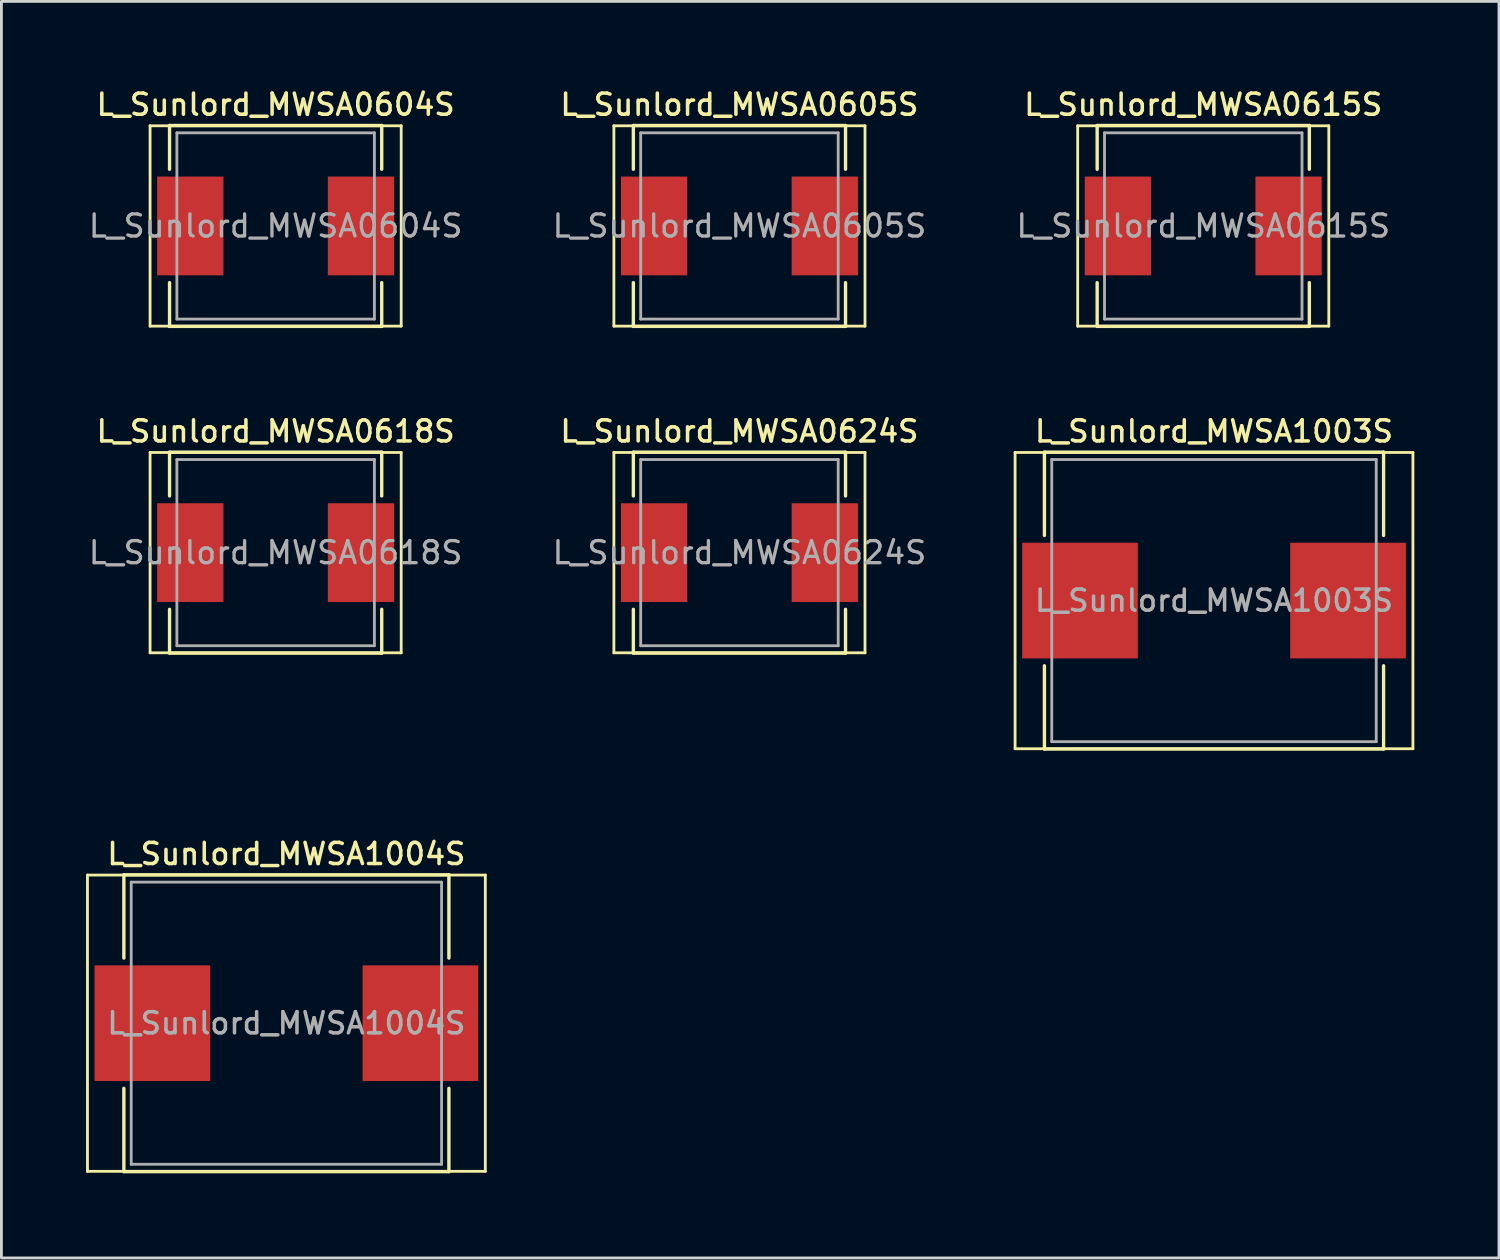
<source format=kicad_pcb>
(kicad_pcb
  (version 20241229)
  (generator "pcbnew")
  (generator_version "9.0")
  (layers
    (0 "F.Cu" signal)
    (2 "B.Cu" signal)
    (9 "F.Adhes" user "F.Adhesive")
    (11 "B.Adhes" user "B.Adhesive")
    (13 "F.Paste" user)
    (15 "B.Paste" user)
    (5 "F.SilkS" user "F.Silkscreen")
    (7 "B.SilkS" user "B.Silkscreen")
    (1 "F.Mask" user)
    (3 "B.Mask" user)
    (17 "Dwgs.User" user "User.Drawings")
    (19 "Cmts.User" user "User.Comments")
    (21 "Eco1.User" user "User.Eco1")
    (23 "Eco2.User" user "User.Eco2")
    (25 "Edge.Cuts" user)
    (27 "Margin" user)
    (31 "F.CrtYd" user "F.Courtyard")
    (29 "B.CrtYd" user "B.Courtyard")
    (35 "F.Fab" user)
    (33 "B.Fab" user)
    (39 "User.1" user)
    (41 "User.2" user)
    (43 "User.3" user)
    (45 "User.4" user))
  (footprint "L_Sunlord_MWSA1004S"
    (layer "F.Cu")
    (at 7.1 33.214)
    (property "Reference" "L_Sunlord_MWSA1004S" (at 0 -6 0) (layer "F.SilkS") (effects (font (size 0.75 0.75) (thickness 0.125))))
    (attr smd)
    (fp_line (start -7.05 -5.25) (end -7.05 5.25) (stroke (width 0.1) (type solid)) (layer "F.SilkS"))
    (fp_line (start -7.05 5.25) (end 7.05 5.25) (stroke (width 0.1) (type solid)) (layer "F.SilkS"))
    (fp_line (start -5.76 -5.26) (end -5.76 -2.31) (stroke (width 0.12) (type solid)) (layer "F.SilkS"))
    (fp_line (start -5.76 -5.26) (end 5.76 -5.26) (stroke (width 0.12) (type solid)) (layer "F.SilkS"))
    (fp_line (start -5.76 5.26) (end -5.76 2.31) (stroke (width 0.12) (type solid)) (layer "F.SilkS"))
    (fp_line (start -5.76 5.26) (end 5.76 5.26) (stroke (width 0.12) (type solid)) (layer "F.SilkS"))
    (fp_line (start 5.76 -5.26) (end 5.76 -2.31) (stroke (width 0.12) (type solid)) (layer "F.SilkS"))
    (fp_line (start 5.76 5.26) (end 5.76 2.31) (stroke (width 0.12) (type solid)) (layer "F.SilkS"))
    (fp_line (start 7.05 -5.25) (end -7.05 -5.25) (stroke (width 0.1) (type solid)) (layer "F.SilkS"))
    (fp_line (start 7.05 5.25) (end 7.05 -5.25) (stroke (width 0.1) (type solid)) (layer "F.SilkS"))
    (fp_line (start -5.5 -5) (end -5.5 5) (stroke (width 0.1) (type solid)) (layer "F.Fab"))
    (fp_line (start -5.5 5) (end 5.5 5) (stroke (width 0.1) (type solid)) (layer "F.Fab"))
    (fp_line (start 5.5 -5) (end -5.5 -5) (stroke (width 0.1) (type solid)) (layer "F.Fab"))
    (fp_line (start 5.5 5) (end 5.5 -5) (stroke (width 0.1) (type solid)) (layer "F.Fab"))
    (fp_text user "${REFERENCE}" (at 0 0 0) (layer "F.Fab") (effects (font (size 0.75 0.75) (thickness 0.125))))
    (pad "1" smd rect (at -4.75 0) (size 4.1 4.1) (layers "F.Cu" "F.Mask" "F.Paste"))
    (pad "2" smd rect (at 4.75 0) (size 4.1 4.1) (layers "F.Cu" "F.Mask" "F.Paste")))
  (footprint "L_Sunlord_MWSA1003S"
    (layer "F.Cu")
    (at 39.976 18.236)
    (property "Reference" "L_Sunlord_MWSA1003S" (at 0 -6 0) (layer "F.SilkS") (effects (font (size 0.75 0.75) (thickness 0.125))))
    (attr smd)
    (fp_line (start -7.05 -5.25) (end -7.05 5.25) (stroke (width 0.1) (type solid)) (layer "F.SilkS"))
    (fp_line (start -7.05 5.25) (end 7.05 5.25) (stroke (width 0.1) (type solid)) (layer "F.SilkS"))
    (fp_line (start -6.01 -5.26) (end -6.01 -2.31) (stroke (width 0.12) (type solid)) (layer "F.SilkS"))
    (fp_line (start -6.01 -5.26) (end 6.01 -5.26) (stroke (width 0.12) (type solid)) (layer "F.SilkS"))
    (fp_line (start -6.01 5.26) (end -6.01 2.31) (stroke (width 0.12) (type solid)) (layer "F.SilkS"))
    (fp_line (start -6.01 5.26) (end 6.01 5.26) (stroke (width 0.12) (type solid)) (layer "F.SilkS"))
    (fp_line (start 6.01 -5.26) (end 6.01 -2.31) (stroke (width 0.12) (type solid)) (layer "F.SilkS"))
    (fp_line (start 6.01 5.26) (end 6.01 2.31) (stroke (width 0.12) (type solid)) (layer "F.SilkS"))
    (fp_line (start 7.05 -5.25) (end -7.05 -5.25) (stroke (width 0.1) (type solid)) (layer "F.SilkS"))
    (fp_line (start 7.05 5.25) (end 7.05 -5.25) (stroke (width 0.1) (type solid)) (layer "F.SilkS"))
    (fp_line (start -5.75 -5) (end -5.75 5) (stroke (width 0.1) (type solid)) (layer "F.Fab"))
    (fp_line (start -5.75 5) (end 5.75 5) (stroke (width 0.1) (type solid)) (layer "F.Fab"))
    (fp_line (start 5.75 -5) (end -5.75 -5) (stroke (width 0.1) (type solid)) (layer "F.Fab"))
    (fp_line (start 5.75 5) (end 5.75 -5) (stroke (width 0.1) (type solid)) (layer "F.Fab"))
    (fp_text user "${REFERENCE}" (at 0 0 0) (layer "F.Fab") (effects (font (size 0.75 0.75) (thickness 0.125))))
    (pad "1" smd rect (at -4.75 0) (size 4.1 4.1) (layers "F.Cu" "F.Mask" "F.Paste"))
    (pad "2" smd rect (at 4.75 0) (size 4.1 4.1) (layers "F.Cu" "F.Mask" "F.Paste")))
  (footprint "L_Sunlord_MWSA0615S"
    (layer "F.Cu")
    (at 39.595 4.958)
    (property "Reference" "L_Sunlord_MWSA0615S" (at 0 -4.3 0) (layer "F.SilkS") (effects (font (size 0.75 0.75) (thickness 0.125))))
    (attr smd)
    (fp_line (start -4.45 -3.55) (end -4.45 3.55) (stroke (width 0.1) (type solid)) (layer "F.SilkS"))
    (fp_line (start -4.45 3.55) (end 4.45 3.55) (stroke (width 0.1) (type solid)) (layer "F.SilkS"))
    (fp_line (start -3.76 -3.56) (end -3.76 -2.01) (stroke (width 0.12) (type solid)) (layer "F.SilkS"))
    (fp_line (start -3.76 -3.56) (end 3.76 -3.56) (stroke (width 0.12) (type solid)) (layer "F.SilkS"))
    (fp_line (start -3.76 3.56) (end -3.76 2.01) (stroke (width 0.12) (type solid)) (layer "F.SilkS"))
    (fp_line (start -3.76 3.56) (end 3.76 3.56) (stroke (width 0.12) (type solid)) (layer "F.SilkS"))
    (fp_line (start 3.76 -3.56) (end 3.76 -2.01) (stroke (width 0.12) (type solid)) (layer "F.SilkS"))
    (fp_line (start 3.76 3.56) (end 3.76 2.01) (stroke (width 0.12) (type solid)) (layer "F.SilkS"))
    (fp_line (start 4.45 -3.55) (end -4.45 -3.55) (stroke (width 0.1) (type solid)) (layer "F.SilkS"))
    (fp_line (start 4.45 3.55) (end 4.45 -3.55) (stroke (width 0.1) (type solid)) (layer "F.SilkS"))
    (fp_line (start -3.5 -3.3) (end -3.5 3.3) (stroke (width 0.1) (type solid)) (layer "F.Fab"))
    (fp_line (start -3.5 3.3) (end 3.5 3.3) (stroke (width 0.1) (type solid)) (layer "F.Fab"))
    (fp_line (start 3.5 -3.3) (end -3.5 -3.3) (stroke (width 0.1) (type solid)) (layer "F.Fab"))
    (fp_line (start 3.5 3.3) (end 3.5 -3.3) (stroke (width 0.1) (type solid)) (layer "F.Fab"))
    (fp_text user "${REFERENCE}" (at 0 0 0) (layer "F.Fab") (effects (font (size 0.783 0.783) (thickness 0.117))))
    (pad "1" smd rect (at -3.025 0) (size 2.35 3.5) (layers "F.Cu" "F.Mask" "F.Paste"))
    (pad "2" smd rect (at 3.025 0) (size 2.35 3.5) (layers "F.Cu" "F.Mask" "F.Paste")))
  (footprint "L_Sunlord_MWSA0605S"
    (layer "F.Cu")
    (at 23.157 4.958)
    (property "Reference" "L_Sunlord_MWSA0605S" (at 0 -4.3 0) (layer "F.SilkS") (effects (font (size 0.75 0.75) (thickness 0.125))))
    (attr smd)
    (fp_line (start -4.45 -3.55) (end -4.45 3.55) (stroke (width 0.1) (type solid)) (layer "F.SilkS"))
    (fp_line (start -4.45 3.55) (end 4.45 3.55) (stroke (width 0.1) (type solid)) (layer "F.SilkS"))
    (fp_line (start -3.76 -3.56) (end -3.76 -2.01) (stroke (width 0.12) (type solid)) (layer "F.SilkS"))
    (fp_line (start -3.76 -3.56) (end 3.76 -3.56) (stroke (width 0.12) (type solid)) (layer "F.SilkS"))
    (fp_line (start -3.76 3.56) (end -3.76 2.01) (stroke (width 0.12) (type solid)) (layer "F.SilkS"))
    (fp_line (start -3.76 3.56) (end 3.76 3.56) (stroke (width 0.12) (type solid)) (layer "F.SilkS"))
    (fp_line (start 3.76 -3.56) (end 3.76 -2.01) (stroke (width 0.12) (type solid)) (layer "F.SilkS"))
    (fp_line (start 3.76 3.56) (end 3.76 2.01) (stroke (width 0.12) (type solid)) (layer "F.SilkS"))
    (fp_line (start 4.45 -3.55) (end -4.45 -3.55) (stroke (width 0.1) (type solid)) (layer "F.SilkS"))
    (fp_line (start 4.45 3.55) (end 4.45 -3.55) (stroke (width 0.1) (type solid)) (layer "F.SilkS"))
    (fp_line (start -3.5 -3.3) (end -3.5 3.3) (stroke (width 0.1) (type solid)) (layer "F.Fab"))
    (fp_line (start -3.5 3.3) (end 3.5 3.3) (stroke (width 0.1) (type solid)) (layer "F.Fab"))
    (fp_line (start 3.5 -3.3) (end -3.5 -3.3) (stroke (width 0.1) (type solid)) (layer "F.Fab"))
    (fp_line (start 3.5 3.3) (end 3.5 -3.3) (stroke (width 0.1) (type solid)) (layer "F.Fab"))
    (fp_text user "${REFERENCE}" (at 0 0 0) (layer "F.Fab") (effects (font (size 0.783 0.783) (thickness 0.117))))
    (pad "1" smd rect (at -3.025 0) (size 2.35 3.5) (layers "F.Cu" "F.Mask" "F.Paste"))
    (pad "2" smd rect (at 3.025 0) (size 2.35 3.5) (layers "F.Cu" "F.Mask" "F.Paste")))
  (footprint "L_Sunlord_MWSA0604S"
    (layer "F.Cu")
    (at 6.719 4.958)
    (property "Reference" "L_Sunlord_MWSA0604S" (at 0 -4.3 0) (layer "F.SilkS") (effects (font (size 0.75 0.75) (thickness 0.125))))
    (attr smd)
    (fp_line (start -4.45 -3.55) (end -4.45 3.55) (stroke (width 0.1) (type solid)) (layer "F.SilkS"))
    (fp_line (start -4.45 3.55) (end 4.45 3.55) (stroke (width 0.1) (type solid)) (layer "F.SilkS"))
    (fp_line (start -3.76 -3.56) (end -3.76 -2.01) (stroke (width 0.12) (type solid)) (layer "F.SilkS"))
    (fp_line (start -3.76 -3.56) (end 3.76 -3.56) (stroke (width 0.12) (type solid)) (layer "F.SilkS"))
    (fp_line (start -3.76 3.56) (end -3.76 2.01) (stroke (width 0.12) (type solid)) (layer "F.SilkS"))
    (fp_line (start -3.76 3.56) (end 3.76 3.56) (stroke (width 0.12) (type solid)) (layer "F.SilkS"))
    (fp_line (start 3.76 -3.56) (end 3.76 -2.01) (stroke (width 0.12) (type solid)) (layer "F.SilkS"))
    (fp_line (start 3.76 3.56) (end 3.76 2.01) (stroke (width 0.12) (type solid)) (layer "F.SilkS"))
    (fp_line (start 4.45 -3.55) (end -4.45 -3.55) (stroke (width 0.1) (type solid)) (layer "F.SilkS"))
    (fp_line (start 4.45 3.55) (end 4.45 -3.55) (stroke (width 0.1) (type solid)) (layer "F.SilkS"))
    (fp_line (start -3.5 -3.3) (end -3.5 3.3) (stroke (width 0.1) (type solid)) (layer "F.Fab"))
    (fp_line (start -3.5 3.3) (end 3.5 3.3) (stroke (width 0.1) (type solid)) (layer "F.Fab"))
    (fp_line (start 3.5 -3.3) (end -3.5 -3.3) (stroke (width 0.1) (type solid)) (layer "F.Fab"))
    (fp_line (start 3.5 3.3) (end 3.5 -3.3) (stroke (width 0.1) (type solid)) (layer "F.Fab"))
    (fp_text user "${REFERENCE}" (at 0 0 0) (layer "F.Fab") (effects (font (size 0.783 0.783) (thickness 0.117))))
    (pad "1" smd rect (at -3.025 0) (size 2.35 3.5) (layers "F.Cu" "F.Mask" "F.Paste"))
    (pad "2" smd rect (at 3.025 0) (size 2.35 3.5) (layers "F.Cu" "F.Mask" "F.Paste")))
  (footprint "L_Sunlord_MWSA0618S"
    (layer "F.Cu")
    (at 6.719 16.536)
    (property "Reference" "L_Sunlord_MWSA0618S" (at 0 -4.3 0) (layer "F.SilkS") (effects (font (size 0.75 0.75) (thickness 0.125))))
    (attr smd)
    (fp_line (start -4.45 -3.55) (end -4.45 3.55) (stroke (width 0.1) (type solid)) (layer "F.SilkS"))
    (fp_line (start -4.45 3.55) (end 4.45 3.55) (stroke (width 0.1) (type solid)) (layer "F.SilkS"))
    (fp_line (start -3.76 -3.56) (end -3.76 -2.01) (stroke (width 0.12) (type solid)) (layer "F.SilkS"))
    (fp_line (start -3.76 -3.56) (end 3.76 -3.56) (stroke (width 0.12) (type solid)) (layer "F.SilkS"))
    (fp_line (start -3.76 3.56) (end -3.76 2.01) (stroke (width 0.12) (type solid)) (layer "F.SilkS"))
    (fp_line (start -3.76 3.56) (end 3.76 3.56) (stroke (width 0.12) (type solid)) (layer "F.SilkS"))
    (fp_line (start 3.76 -3.56) (end 3.76 -2.01) (stroke (width 0.12) (type solid)) (layer "F.SilkS"))
    (fp_line (start 3.76 3.56) (end 3.76 2.01) (stroke (width 0.12) (type solid)) (layer "F.SilkS"))
    (fp_line (start 4.45 -3.55) (end -4.45 -3.55) (stroke (width 0.1) (type solid)) (layer "F.SilkS"))
    (fp_line (start 4.45 3.55) (end 4.45 -3.55) (stroke (width 0.1) (type solid)) (layer "F.SilkS"))
    (fp_line (start -3.5 -3.3) (end -3.5 3.3) (stroke (width 0.1) (type solid)) (layer "F.Fab"))
    (fp_line (start -3.5 3.3) (end 3.5 3.3) (stroke (width 0.1) (type solid)) (layer "F.Fab"))
    (fp_line (start 3.5 -3.3) (end -3.5 -3.3) (stroke (width 0.1) (type solid)) (layer "F.Fab"))
    (fp_line (start 3.5 3.3) (end 3.5 -3.3) (stroke (width 0.1) (type solid)) (layer "F.Fab"))
    (fp_text user "${REFERENCE}" (at 0 0 0) (layer "F.Fab") (effects (font (size 0.783 0.783) (thickness 0.117))))
    (pad "1" smd rect (at -3.025 0) (size 2.35 3.5) (layers "F.Cu" "F.Mask" "F.Paste"))
    (pad "2" smd rect (at 3.025 0) (size 2.35 3.5) (layers "F.Cu" "F.Mask" "F.Paste")))
  (footprint "L_Sunlord_MWSA0624S"
    (layer "F.Cu")
    (at 23.157 16.536)
    (property "Reference" "L_Sunlord_MWSA0624S" (at 0 -4.3 0) (layer "F.SilkS") (effects (font (size 0.75 0.75) (thickness 0.125))))
    (attr smd)
    (fp_line (start -4.45 -3.55) (end -4.45 3.55) (stroke (width 0.1) (type solid)) (layer "F.SilkS"))
    (fp_line (start -4.45 3.55) (end 4.45 3.55) (stroke (width 0.1) (type solid)) (layer "F.SilkS"))
    (fp_line (start -3.76 -3.56) (end -3.76 -2.01) (stroke (width 0.12) (type solid)) (layer "F.SilkS"))
    (fp_line (start -3.76 -3.56) (end 3.76 -3.56) (stroke (width 0.12) (type solid)) (layer "F.SilkS"))
    (fp_line (start -3.76 3.56) (end -3.76 2.01) (stroke (width 0.12) (type solid)) (layer "F.SilkS"))
    (fp_line (start -3.76 3.56) (end 3.76 3.56) (stroke (width 0.12) (type solid)) (layer "F.SilkS"))
    (fp_line (start 3.76 -3.56) (end 3.76 -2.01) (stroke (width 0.12) (type solid)) (layer "F.SilkS"))
    (fp_line (start 3.76 3.56) (end 3.76 2.01) (stroke (width 0.12) (type solid)) (layer "F.SilkS"))
    (fp_line (start 4.45 -3.55) (end -4.45 -3.55) (stroke (width 0.1) (type solid)) (layer "F.SilkS"))
    (fp_line (start 4.45 3.55) (end 4.45 -3.55) (stroke (width 0.1) (type solid)) (layer "F.SilkS"))
    (fp_line (start -3.5 -3.3) (end -3.5 3.3) (stroke (width 0.1) (type solid)) (layer "F.Fab"))
    (fp_line (start -3.5 3.3) (end 3.5 3.3) (stroke (width 0.1) (type solid)) (layer "F.Fab"))
    (fp_line (start 3.5 -3.3) (end -3.5 -3.3) (stroke (width 0.1) (type solid)) (layer "F.Fab"))
    (fp_line (start 3.5 3.3) (end 3.5 -3.3) (stroke (width 0.1) (type solid)) (layer "F.Fab"))
    (fp_text user "${REFERENCE}" (at 0 0 0) (layer "F.Fab") (effects (font (size 0.783 0.783) (thickness 0.117))))
    (pad "1" smd rect (at -3.025 0) (size 2.35 3.5) (layers "F.Cu" "F.Mask" "F.Paste"))
    (pad "2" smd rect (at 3.025 0) (size 2.35 3.5) (layers "F.Cu" "F.Mask" "F.Paste")))
  (gr_rect
    (start -3 -3)
    (end 50.076 41.534)
    (stroke (width 0.1) (type default))
    (fill no)
    (layer "Edge.Cuts")))
</source>
